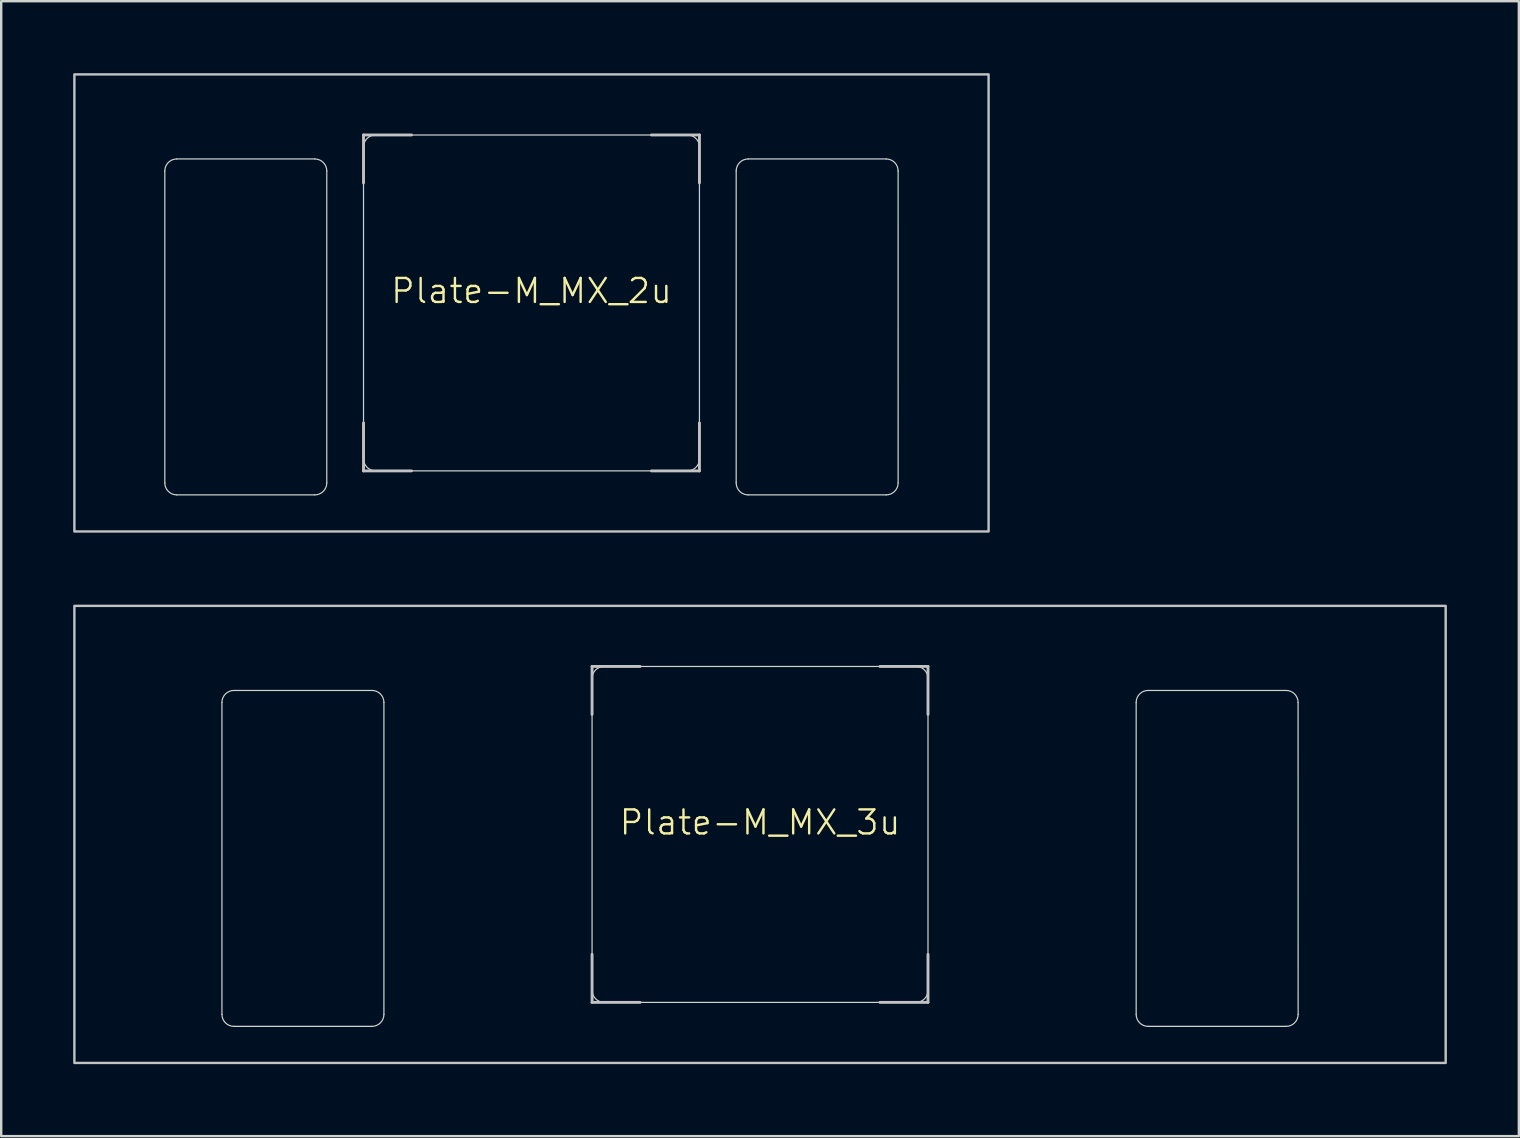
<source format=kicad_pcb>
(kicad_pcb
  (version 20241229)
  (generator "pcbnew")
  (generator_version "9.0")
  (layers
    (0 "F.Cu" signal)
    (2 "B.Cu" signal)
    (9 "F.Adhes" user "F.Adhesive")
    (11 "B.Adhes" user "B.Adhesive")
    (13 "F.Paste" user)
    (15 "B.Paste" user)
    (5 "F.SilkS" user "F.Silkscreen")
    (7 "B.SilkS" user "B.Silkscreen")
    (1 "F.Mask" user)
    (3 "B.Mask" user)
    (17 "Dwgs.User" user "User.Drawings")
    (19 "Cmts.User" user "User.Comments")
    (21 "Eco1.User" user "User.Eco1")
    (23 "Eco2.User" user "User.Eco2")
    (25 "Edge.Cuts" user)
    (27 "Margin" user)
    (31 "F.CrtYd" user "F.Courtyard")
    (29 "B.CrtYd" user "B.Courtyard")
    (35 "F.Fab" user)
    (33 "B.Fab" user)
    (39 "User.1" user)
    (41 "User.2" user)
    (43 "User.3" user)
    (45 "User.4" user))
  (footprint "Plate-M_MX_2u"
    (layer "F.Cu")
    (at 19.1 9.575)
    (property "Reference" "Plate-M_MX_2u" (at 0 -0.5 0) (unlocked yes) (layer "F.SilkS") (effects (font (size 1 1) (thickness 0.1))))
    (attr exclude_from_pos_files exclude_from_bom allow_missing_courtyard)
    (fp_line (start -15.281 -5.5) (end -15.281 7.5) (stroke (width 1.1) (type solid)) (layer "F.Mask"))
    (fp_line (start -14.781 -6) (end -9.031 -6) (stroke (width 1.1) (type solid)) (layer "F.Mask"))
    (fp_line (start -14.781 8) (end -9.031 8) (stroke (width 1.1) (type solid)) (layer "F.Mask"))
    (fp_line (start -8.531 -5.5) (end -8.531 7.5) (stroke (width 1.1) (type solid)) (layer "F.Mask"))
    (fp_line (start -7 -6.5) (end -7 6.5) (stroke (width 1.1) (type solid)) (layer "F.Mask"))
    (fp_line (start -6.5 7) (end 6.5 7) (stroke (width 1.1) (type solid)) (layer "F.Mask"))
    (fp_line (start 6.5 -7) (end -6.5 -7) (stroke (width 1.1) (type solid)) (layer "F.Mask"))
    (fp_line (start 7 6.5) (end 7 -6.5) (stroke (width 1.1) (type solid)) (layer "F.Mask"))
    (fp_line (start 8.531 -5.5) (end 8.531 7.5) (stroke (width 1.1) (type solid)) (layer "F.Mask"))
    (fp_line (start 9.031 -6) (end 14.781 -6) (stroke (width 1.1) (type solid)) (layer "F.Mask"))
    (fp_line (start 9.031 8) (end 14.781 8) (stroke (width 1.1) (type solid)) (layer "F.Mask"))
    (fp_line (start 15.281 -5.5) (end 15.281 7.5) (stroke (width 1.1) (type solid)) (layer "F.Mask"))
    (fp_arc (start -15.28125 -5.499999) (mid -15.134803 -5.853552) (end -14.78125 -5.999999) (stroke (width 1.1) (type solid)) (layer "F.Mask"))
    (fp_arc (start -14.78125 8.000001) (mid -15.134803 7.853554) (end -15.28125 7.500001) (stroke (width 1.1) (type solid)) (layer "F.Mask"))
    (fp_arc (start -9.03125 -5.999999) (mid -8.677696 -5.853553) (end -8.53125 -5.499999) (stroke (width 1.1) (type solid)) (layer "F.Mask"))
    (fp_arc (start -8.53125 7.500001) (mid -8.677696 7.853555) (end -9.03125 8.000001) (stroke (width 1.1) (type solid)) (layer "F.Mask"))
    (fp_arc (start -7 -6.5) (mid -6.853554 -6.853554) (end -6.5 -7) (stroke (width 1.1) (type solid)) (layer "F.Mask"))
    (fp_arc (start -6.497236 6.998884) (mid -6.85079 6.852438) (end -6.997236 6.498884) (stroke (width 1.1) (type solid)) (layer "F.Mask"))
    (fp_arc (start 6.5 -7) (mid 6.853554 -6.853554) (end 7 -6.5) (stroke (width 1.1) (type solid)) (layer "F.Mask"))
    (fp_arc (start 7 6.5) (mid 6.853554 6.853554) (end 6.5 7) (stroke (width 1.1) (type solid)) (layer "F.Mask"))
    (fp_arc (start 8.53125 -5.499999) (mid 8.677697 -5.853552) (end 9.03125 -5.999999) (stroke (width 1.1) (type solid)) (layer "F.Mask"))
    (fp_arc (start 9.03125 8.000001) (mid 8.677697 7.853554) (end 8.53125 7.500001) (stroke (width 1.1) (type solid)) (layer "F.Mask"))
    (fp_arc (start 14.78125 -5.999999) (mid 15.134803 -5.853552) (end 15.28125 -5.499999) (stroke (width 1.1) (type solid)) (layer "F.Mask"))
    (fp_arc (start 15.28125 7.500001) (mid 15.134803 7.853554) (end 14.78125 8.000001) (stroke (width 1.1) (type solid)) (layer "F.Mask"))
    (fp_line (start -15.281 -5.5) (end -15.281 7.5) (stroke (width 1.1) (type solid)) (layer "B.Mask"))
    (fp_line (start -9.031 -6) (end -14.781 -6) (stroke (width 1.1) (type solid)) (layer "B.Mask"))
    (fp_line (start -9.031 8) (end -14.781 8) (stroke (width 1.1) (type solid)) (layer "B.Mask"))
    (fp_line (start -8.531 -5.5) (end -8.531 7.5) (stroke (width 1.1) (type solid)) (layer "B.Mask"))
    (fp_line (start -7 6.5) (end -7 -6.5) (stroke (width 1.1) (type solid)) (layer "B.Mask"))
    (fp_line (start -6.5 -7) (end 6.5 -7) (stroke (width 1.1) (type solid)) (layer "B.Mask"))
    (fp_line (start 6.5 7) (end -6.5 7) (stroke (width 1.1) (type solid)) (layer "B.Mask"))
    (fp_line (start 7 -6.5) (end 7 6.5) (stroke (width 1.1) (type solid)) (layer "B.Mask"))
    (fp_line (start 8.531 -5.5) (end 8.531 7.5) (stroke (width 1.1) (type solid)) (layer "B.Mask"))
    (fp_line (start 14.781 -6) (end 9.031 -6) (stroke (width 1.1) (type solid)) (layer "B.Mask"))
    (fp_line (start 14.781 8) (end 9.031 8) (stroke (width 1.1) (type solid)) (layer "B.Mask"))
    (fp_line (start 15.281 -5.5) (end 15.281 7.5) (stroke (width 1.1) (type solid)) (layer "B.Mask"))
    (fp_arc (start -15.28125 -5.499999) (mid -15.134803 -5.853552) (end -14.78125 -5.999999) (stroke (width 1.1) (type solid)) (layer "B.Mask"))
    (fp_arc (start -14.78125 8.000001) (mid -15.134803 7.853554) (end -15.28125 7.500001) (stroke (width 1.1) (type solid)) (layer "B.Mask"))
    (fp_arc (start -9.03125 -5.999999) (mid -8.677697 -5.853552) (end -8.53125 -5.499999) (stroke (width 1.1) (type solid)) (layer "B.Mask"))
    (fp_arc (start -8.53125 7.500001) (mid -8.677697 7.853554) (end -9.03125 8.000001) (stroke (width 1.1) (type solid)) (layer "B.Mask"))
    (fp_arc (start -7 -6.5) (mid -6.853553 -6.853553) (end -6.5 -7) (stroke (width 1.1) (type solid)) (layer "B.Mask"))
    (fp_arc (start -6.5 7) (mid -6.853553 6.853553) (end -7 6.5) (stroke (width 1.1) (type solid)) (layer "B.Mask"))
    (fp_arc (start 6.5 -7) (mid 6.853554 -6.853554) (end 7 -6.5) (stroke (width 1.1) (type solid)) (layer "B.Mask"))
    (fp_arc (start 6.997236 6.498884) (mid 6.85079 6.852438) (end 6.497236 6.998884) (stroke (width 1.1) (type solid)) (layer "B.Mask"))
    (fp_arc (start 8.53125 -5.499999) (mid 8.677697 -5.853552) (end 9.03125 -5.999999) (stroke (width 1.1) (type solid)) (layer "B.Mask"))
    (fp_arc (start 9.03125 8.000001) (mid 8.677697 7.853554) (end 8.53125 7.500001) (stroke (width 1.1) (type solid)) (layer "B.Mask"))
    (fp_arc (start 14.78125 -5.999999) (mid 15.134803 -5.853552) (end 15.28125 -5.499999) (stroke (width 1.1) (type solid)) (layer "B.Mask"))
    (fp_arc (start 15.28125 7.500001) (mid 15.134803 7.853554) (end 14.78125 8.000001) (stroke (width 1.1) (type solid)) (layer "B.Mask"))
    (fp_line (start -7 -7) (end -5 -7) (stroke (width 0.12) (type solid)) (layer "Dwgs.User"))
    (fp_line (start -7 -5) (end -7 -7) (stroke (width 0.12) (type solid)) (layer "Dwgs.User"))
    (fp_line (start -7 7) (end -7 5) (stroke (width 0.12) (type solid)) (layer "Dwgs.User"))
    (fp_line (start -5 7) (end -7 7) (stroke (width 0.12) (type solid)) (layer "Dwgs.User"))
    (fp_line (start 5 -7) (end 7 -7) (stroke (width 0.12) (type solid)) (layer "Dwgs.User"))
    (fp_line (start 5 7) (end 7 7) (stroke (width 0.12) (type solid)) (layer "Dwgs.User"))
    (fp_line (start 7 -7) (end 7 -5) (stroke (width 0.12) (type solid)) (layer "Dwgs.User"))
    (fp_line (start 7 7) (end 7 5) (stroke (width 0.12) (type solid)) (layer "Dwgs.User"))
    (fp_rect (start -19.05 -9.525) (end 19.05 9.525) (stroke (width 0.1) (type solid)) (fill no) (layer "Dwgs.User"))
    (fp_line (start -15.281 -5.5) (end -15.281 7.5) (stroke (width 0.05) (type solid)) (layer "Edge.Cuts"))
    (fp_line (start -14.781 -6) (end -9.031 -6) (stroke (width 0.05) (type solid)) (layer "Edge.Cuts"))
    (fp_line (start -14.781 8) (end -9.031 8) (stroke (width 0.05) (type solid)) (layer "Edge.Cuts"))
    (fp_line (start -8.531 -5.5) (end -8.531 7.5) (stroke (width 0.05) (type solid)) (layer "Edge.Cuts"))
    (fp_line (start -7 -6.5) (end -7 6.5) (stroke (width 0.05) (type solid)) (layer "Edge.Cuts"))
    (fp_line (start -6.5 7) (end 6.5 7) (stroke (width 0.05) (type solid)) (layer "Edge.Cuts"))
    (fp_line (start 6.5 -7) (end -6.5 -7) (stroke (width 0.05) (type solid)) (layer "Edge.Cuts"))
    (fp_line (start 7 6.5) (end 7 -6.5) (stroke (width 0.05) (type solid)) (layer "Edge.Cuts"))
    (fp_line (start 8.531 -5.5) (end 8.531 7.5) (stroke (width 0.05) (type solid)) (layer "Edge.Cuts"))
    (fp_line (start 9.031 -6) (end 14.78 -6) (stroke (width 0.05) (type solid)) (layer "Edge.Cuts"))
    (fp_line (start 9.031 8) (end 14.781 8) (stroke (width 0.05) (type solid)) (layer "Edge.Cuts"))
    (fp_line (start 15.28 -5.5) (end 15.281 7.5) (stroke (width 0.05) (type solid)) (layer "Edge.Cuts"))
    (fp_arc (start -15.28125 -5.499999) (mid -15.134803 -5.853552) (end -14.78125 -5.999999) (stroke (width 0.05) (type solid)) (layer "Edge.Cuts"))
    (fp_arc (start -14.78125 8.000001) (mid -15.134803 7.853554) (end -15.28125 7.500001) (stroke (width 0.05) (type solid)) (layer "Edge.Cuts"))
    (fp_arc (start -9.03125 -5.999999) (mid -8.677697 -5.853552) (end -8.53125 -5.499999) (stroke (width 0.05) (type solid)) (layer "Edge.Cuts"))
    (fp_arc (start -8.53125 7.500001) (mid -8.677697 7.853554) (end -9.03125 8.000001) (stroke (width 0.05) (type solid)) (layer "Edge.Cuts"))
    (fp_arc (start -7 -6.5) (mid -6.853553 -6.853553) (end -6.5 -7) (stroke (width 0.05) (type solid)) (layer "Edge.Cuts"))
    (fp_arc (start -6.497236 6.998884) (mid -6.850789 6.852437) (end -6.997236 6.498884) (stroke (width 0.05) (type solid)) (layer "Edge.Cuts"))
    (fp_arc (start 6.5 -7) (mid 6.853554 -6.853554) (end 7 -6.5) (stroke (width 0.05) (type solid)) (layer "Edge.Cuts"))
    (fp_arc (start 7 6.5) (mid 6.853554 6.853554) (end 6.5 7) (stroke (width 0.05) (type solid)) (layer "Edge.Cuts"))
    (fp_arc (start 8.53125 -5.499999) (mid 8.677697 -5.853552) (end 9.03125 -5.999999) (stroke (width 0.05) (type solid)) (layer "Edge.Cuts"))
    (fp_arc (start 9.03125 8.000001) (mid 8.677697 7.853554) (end 8.53125 7.500001) (stroke (width 0.05) (type solid)) (layer "Edge.Cuts"))
    (fp_arc (start 14.780039 -5.999999) (mid 15.133592 -5.853552) (end 15.280039 -5.499999) (stroke (width 0.05) (type solid)) (layer "Edge.Cuts"))
    (fp_arc (start 15.28125 7.500001) (mid 15.134803 7.853554) (end 14.78125 8.000001) (stroke (width 0.05) (type solid)) (layer "Edge.Cuts")))
  (footprint "Plate-M_MX_3u"
    (layer "F.Cu")
    (at 28.625 31.725)
    (property "Reference" "Plate-M_MX_3u" (at 0 -0.5 0) (unlocked yes) (layer "F.SilkS") (effects (font (size 1 1) (thickness 0.1))))
    (attr exclude_from_pos_files exclude_from_bom allow_missing_courtyard)
    (fp_line (start -22.425 -5.5) (end -22.425 7.5) (stroke (width 1.1) (type solid)) (layer "F.Mask"))
    (fp_line (start -21.925 -6) (end -16.175 -6) (stroke (width 1.1) (type solid)) (layer "F.Mask"))
    (fp_line (start -21.925 8) (end -16.175 8) (stroke (width 1.1) (type solid)) (layer "F.Mask"))
    (fp_line (start -15.675 -5.5) (end -15.675 7.5) (stroke (width 1.1) (type solid)) (layer "F.Mask"))
    (fp_line (start -7 -6.5) (end -7 6.5) (stroke (width 1.1) (type solid)) (layer "F.Mask"))
    (fp_line (start -6.5 7) (end 6.5 7) (stroke (width 1.1) (type solid)) (layer "F.Mask"))
    (fp_line (start 6.5 -7) (end -6.5 -7) (stroke (width 1.1) (type solid)) (layer "F.Mask"))
    (fp_line (start 7 6.5) (end 7 -6.5) (stroke (width 1.1) (type solid)) (layer "F.Mask"))
    (fp_line (start 15.675 -5.5) (end 15.675 7.5) (stroke (width 1.1) (type solid)) (layer "F.Mask"))
    (fp_line (start 16.175 -6) (end 21.925 -6) (stroke (width 1.1) (type solid)) (layer "F.Mask"))
    (fp_line (start 16.175 8) (end 21.925 8) (stroke (width 1.1) (type solid)) (layer "F.Mask"))
    (fp_line (start 22.425 -5.5) (end 22.425 7.5) (stroke (width 1.1) (type solid)) (layer "F.Mask"))
    (fp_arc (start -22.425 -5.499999) (mid -22.278553 -5.853552) (end -21.925 -5.999999) (stroke (width 1.1) (type solid)) (layer "F.Mask"))
    (fp_arc (start -21.925 8.000001) (mid -22.278553 7.853554) (end -22.425 7.500001) (stroke (width 1.1) (type solid)) (layer "F.Mask"))
    (fp_arc (start -16.175 -5.999999) (mid -15.821447 -5.853552) (end -15.675 -5.499999) (stroke (width 1.1) (type solid)) (layer "F.Mask"))
    (fp_arc (start -15.675 7.500001) (mid -15.821447 7.853554) (end -16.175 8.000001) (stroke (width 1.1) (type solid)) (layer "F.Mask"))
    (fp_arc (start -7 -6.5) (mid -6.853554 -6.853554) (end -6.5 -7) (stroke (width 1.1) (type solid)) (layer "F.Mask"))
    (fp_arc (start -6.497236 6.998884) (mid -6.85079 6.852438) (end -6.997236 6.498884) (stroke (width 1.1) (type solid)) (layer "F.Mask"))
    (fp_arc (start 6.5 -7) (mid 6.853554 -6.853554) (end 7 -6.5) (stroke (width 1.1) (type solid)) (layer "F.Mask"))
    (fp_arc (start 7 6.5) (mid 6.853554 6.853554) (end 6.5 7) (stroke (width 1.1) (type solid)) (layer "F.Mask"))
    (fp_arc (start 15.675 -5.499999) (mid 15.821447 -5.853552) (end 16.175 -5.999999) (stroke (width 1.1) (type solid)) (layer "F.Mask"))
    (fp_arc (start 16.175 8.000001) (mid 15.821447 7.853554) (end 15.675 7.500001) (stroke (width 1.1) (type solid)) (layer "F.Mask"))
    (fp_arc (start 21.925 -5.999999) (mid 22.278553 -5.853552) (end 22.425 -5.499999) (stroke (width 1.1) (type solid)) (layer "F.Mask"))
    (fp_arc (start 22.425 7.500001) (mid 22.278553 7.853554) (end 21.925 8.000001) (stroke (width 1.1) (type solid)) (layer "F.Mask"))
    (fp_line (start -22.425 -5.5) (end -22.425 7.5) (stroke (width 1.1) (type solid)) (layer "B.Mask"))
    (fp_line (start -16.175 -6) (end -21.925 -6) (stroke (width 1.1) (type solid)) (layer "B.Mask"))
    (fp_line (start -16.175 8) (end -21.925 8) (stroke (width 1.1) (type solid)) (layer "B.Mask"))
    (fp_line (start -15.675 -5.5) (end -15.675 7.5) (stroke (width 1.1) (type solid)) (layer "B.Mask"))
    (fp_line (start -7 6.5) (end -7 -6.5) (stroke (width 1.1) (type solid)) (layer "B.Mask"))
    (fp_line (start -6.5 -7) (end 6.5 -7) (stroke (width 1.1) (type solid)) (layer "B.Mask"))
    (fp_line (start 6.5 7) (end -6.5 7) (stroke (width 1.1) (type solid)) (layer "B.Mask"))
    (fp_line (start 7 -6.5) (end 7 6.5) (stroke (width 1.1) (type solid)) (layer "B.Mask"))
    (fp_line (start 15.675 -5.5) (end 15.675 7.5) (stroke (width 1.1) (type solid)) (layer "B.Mask"))
    (fp_line (start 21.925 -6) (end 16.175 -6) (stroke (width 1.1) (type solid)) (layer "B.Mask"))
    (fp_line (start 21.925 8) (end 16.175 8) (stroke (width 1.1) (type solid)) (layer "B.Mask"))
    (fp_line (start 22.425 -5.5) (end 22.425 7.5) (stroke (width 1.1) (type solid)) (layer "B.Mask"))
    (fp_arc (start -22.425 -5.499999) (mid -22.278553 -5.853552) (end -21.925 -5.999999) (stroke (width 1.1) (type solid)) (layer "B.Mask"))
    (fp_arc (start -21.925 8.000001) (mid -22.278553 7.853554) (end -22.425 7.500001) (stroke (width 1.1) (type solid)) (layer "B.Mask"))
    (fp_arc (start -16.175 -5.999999) (mid -15.821447 -5.853552) (end -15.675 -5.499999) (stroke (width 1.1) (type solid)) (layer "B.Mask"))
    (fp_arc (start -15.675 7.500001) (mid -15.821447 7.853554) (end -16.175 8.000001) (stroke (width 1.1) (type solid)) (layer "B.Mask"))
    (fp_arc (start -7 -6.5) (mid -6.853553 -6.853553) (end -6.5 -7) (stroke (width 1.1) (type solid)) (layer "B.Mask"))
    (fp_arc (start -6.5 7) (mid -6.853553 6.853553) (end -7 6.5) (stroke (width 1.1) (type solid)) (layer "B.Mask"))
    (fp_arc (start 6.5 -7) (mid 6.853554 -6.853554) (end 7 -6.5) (stroke (width 1.1) (type solid)) (layer "B.Mask"))
    (fp_arc (start 6.997236 6.498884) (mid 6.85079 6.852438) (end 6.497236 6.998884) (stroke (width 1.1) (type solid)) (layer "B.Mask"))
    (fp_arc (start 15.675 -5.499999) (mid 15.821447 -5.853552) (end 16.175 -5.999999) (stroke (width 1.1) (type solid)) (layer "B.Mask"))
    (fp_arc (start 16.175 8.000001) (mid 15.821447 7.853554) (end 15.675 7.500001) (stroke (width 1.1) (type solid)) (layer "B.Mask"))
    (fp_arc (start 21.925 -5.999999) (mid 22.278553 -5.853552) (end 22.425 -5.499999) (stroke (width 1.1) (type solid)) (layer "B.Mask"))
    (fp_arc (start 22.425 7.500001) (mid 22.278553 7.853554) (end 21.925 8.000001) (stroke (width 1.1) (type solid)) (layer "B.Mask"))
    (fp_line (start -7 -7) (end -5 -7) (stroke (width 0.12) (type solid)) (layer "Dwgs.User"))
    (fp_line (start -7 -5) (end -7 -7) (stroke (width 0.12) (type solid)) (layer "Dwgs.User"))
    (fp_line (start -7 7) (end -7 5) (stroke (width 0.12) (type solid)) (layer "Dwgs.User"))
    (fp_line (start -5 7) (end -7 7) (stroke (width 0.12) (type solid)) (layer "Dwgs.User"))
    (fp_line (start 5 -7) (end 7 -7) (stroke (width 0.12) (type solid)) (layer "Dwgs.User"))
    (fp_line (start 5 7) (end 7 7) (stroke (width 0.12) (type solid)) (layer "Dwgs.User"))
    (fp_line (start 7 -7) (end 7 -5) (stroke (width 0.12) (type solid)) (layer "Dwgs.User"))
    (fp_line (start 7 7) (end 7 5) (stroke (width 0.12) (type solid)) (layer "Dwgs.User"))
    (fp_rect (start -28.575 -9.525) (end 28.575 9.525) (stroke (width 0.1) (type solid)) (fill no) (layer "Dwgs.User"))
    (fp_line (start -22.425 -5.5) (end -22.425 7.5) (stroke (width 0.05) (type solid)) (layer "Edge.Cuts"))
    (fp_line (start -21.925 -6) (end -16.175 -6) (stroke (width 0.05) (type solid)) (layer "Edge.Cuts"))
    (fp_line (start -21.925 8) (end -16.175 8) (stroke (width 0.05) (type solid)) (layer "Edge.Cuts"))
    (fp_line (start -15.675 -5.5) (end -15.675 7.5) (stroke (width 0.05) (type solid)) (layer "Edge.Cuts"))
    (fp_line (start -7 -6.5) (end -7 6.5) (stroke (width 0.05) (type solid)) (layer "Edge.Cuts"))
    (fp_line (start -6.5 7) (end 6.5 7) (stroke (width 0.05) (type solid)) (layer "Edge.Cuts"))
    (fp_line (start 6.5 -7) (end -6.5 -7) (stroke (width 0.05) (type solid)) (layer "Edge.Cuts"))
    (fp_line (start 7 6.5) (end 7 -6.5) (stroke (width 0.05) (type solid)) (layer "Edge.Cuts"))
    (fp_line (start 15.676 -5.5) (end 15.676 7.5) (stroke (width 0.05) (type solid)) (layer "Edge.Cuts"))
    (fp_line (start 16.176 -6) (end 21.924 -6) (stroke (width 0.05) (type solid)) (layer "Edge.Cuts"))
    (fp_line (start 16.176 8) (end 21.926 8) (stroke (width 0.05) (type solid)) (layer "Edge.Cuts"))
    (fp_line (start 22.424 -5.5) (end 22.426 7.5) (stroke (width 0.05) (type solid)) (layer "Edge.Cuts"))
    (fp_arc (start -22.425 -5.499999) (mid -22.278553 -5.853552) (end -21.925 -5.999999) (stroke (width 0.05) (type solid)) (layer "Edge.Cuts"))
    (fp_arc (start -21.925 8.000001) (mid -22.278553 7.853554) (end -22.425 7.500001) (stroke (width 0.05) (type solid)) (layer "Edge.Cuts"))
    (fp_arc (start -16.175 -5.999999) (mid -15.821447 -5.853552) (end -15.675 -5.499999) (stroke (width 0.05) (type solid)) (layer "Edge.Cuts"))
    (fp_arc (start -15.675 7.500001) (mid -15.821447 7.853554) (end -16.175 8.000001) (stroke (width 0.05) (type solid)) (layer "Edge.Cuts"))
    (fp_arc (start -7 -6.5) (mid -6.853553 -6.853553) (end -6.5 -7) (stroke (width 0.05) (type solid)) (layer "Edge.Cuts"))
    (fp_arc (start -6.497236 6.998884) (mid -6.850789 6.852437) (end -6.997236 6.498884) (stroke (width 0.05) (type solid)) (layer "Edge.Cuts"))
    (fp_arc (start 6.5 -7) (mid 6.853554 -6.853554) (end 7 -6.5) (stroke (width 0.05) (type solid)) (layer "Edge.Cuts"))
    (fp_arc (start 7 6.5) (mid 6.853554 6.853554) (end 6.5 7) (stroke (width 0.05) (type solid)) (layer "Edge.Cuts"))
    (fp_arc (start 15.675605 -5.499999) (mid 15.822048 -5.853571) (end 16.175605 -5.999999) (stroke (width 0.05) (type solid)) (layer "Edge.Cuts"))
    (fp_arc (start 16.175605 8.000001) (mid 15.822084 7.853537) (end 15.675605 7.500001) (stroke (width 0.05) (type solid)) (layer "Edge.Cuts"))
    (fp_arc (start 21.924394 -5.999999) (mid 22.277922 -5.853539) (end 22.424394 -5.499999) (stroke (width 0.05) (type solid)) (layer "Edge.Cuts"))
    (fp_arc (start 22.425605 7.500001) (mid 22.279161 7.853571) (end 21.925605 8.000001) (stroke (width 0.05) (type solid)) (layer "Edge.Cuts")))
  (gr_rect
    (start -3 -3)
    (end 60.25 44.3)
    (stroke (width 0.1) (type default))
    (fill no)
    (layer "Edge.Cuts")))
</source>
